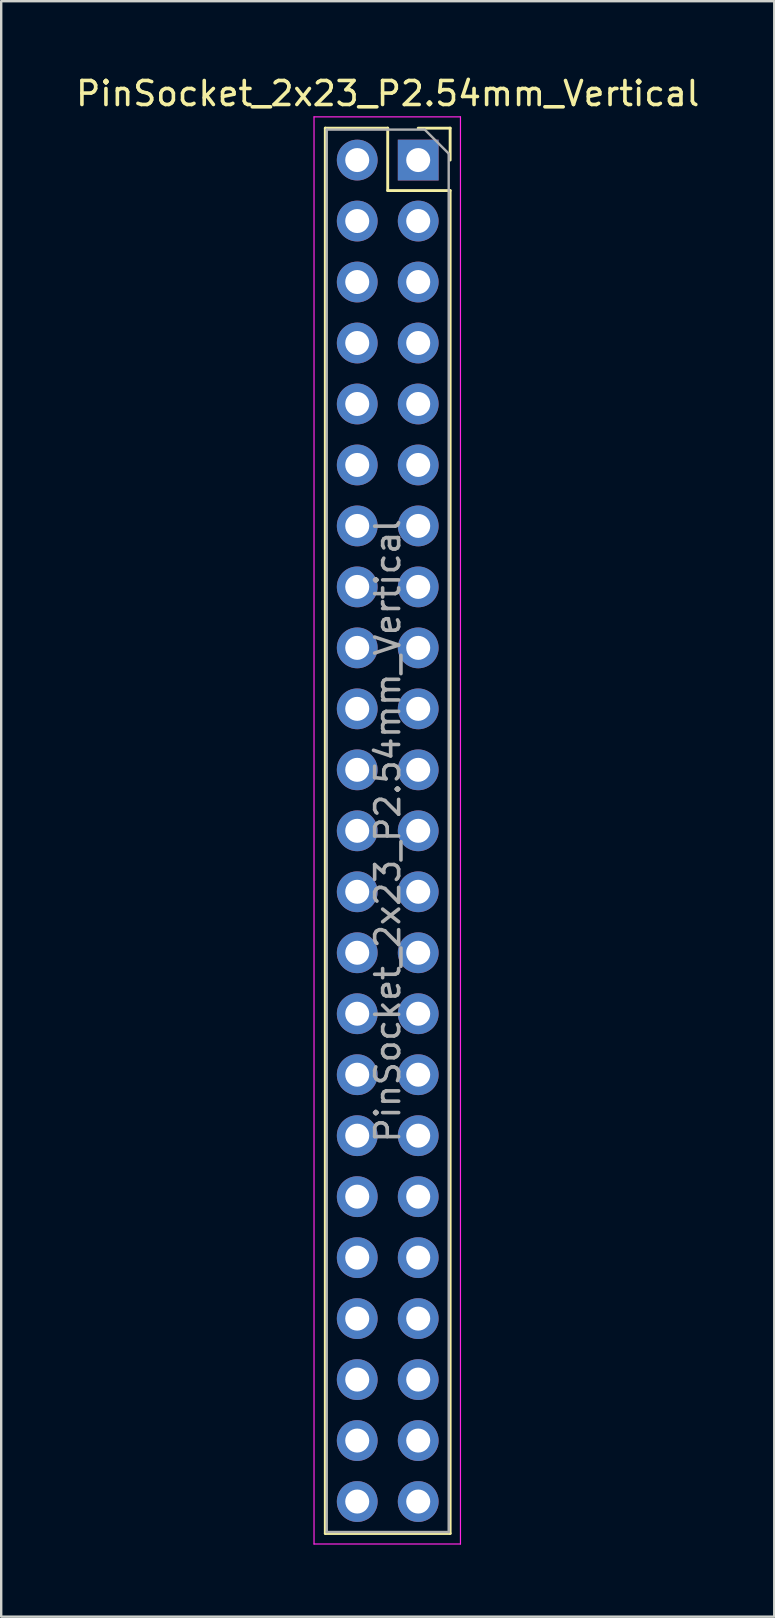
<source format=kicad_pcb>
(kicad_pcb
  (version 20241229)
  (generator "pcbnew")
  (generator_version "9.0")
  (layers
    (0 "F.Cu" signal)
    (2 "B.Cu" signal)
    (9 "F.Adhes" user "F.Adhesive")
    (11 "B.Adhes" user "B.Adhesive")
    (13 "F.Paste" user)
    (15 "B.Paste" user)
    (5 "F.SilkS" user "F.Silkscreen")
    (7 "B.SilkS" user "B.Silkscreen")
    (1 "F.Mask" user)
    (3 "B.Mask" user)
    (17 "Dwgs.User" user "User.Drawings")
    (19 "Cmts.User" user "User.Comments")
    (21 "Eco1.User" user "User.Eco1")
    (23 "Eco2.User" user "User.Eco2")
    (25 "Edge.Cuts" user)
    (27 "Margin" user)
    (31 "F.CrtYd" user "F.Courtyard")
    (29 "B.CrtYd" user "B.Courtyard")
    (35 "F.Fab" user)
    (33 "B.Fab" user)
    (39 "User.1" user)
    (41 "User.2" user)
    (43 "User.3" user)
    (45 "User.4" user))
  (footprint "PinSocket_2x23_P2.54mm_Vertical"
    (layer "F.Cu")
    (at 14.371 3.618)
    (property "Reference" "PinSocket_2x23_P2.54mm_Vertical" (at -1.27 -2.77 0) (layer "F.SilkS") (effects (font (size 1 1) (thickness 0.15))))
    (attr through_hole)
    (fp_line (start -3.87 -1.33) (end -3.87 57.21) (stroke (width 0.12) (type solid)) (layer "F.SilkS"))
    (fp_line (start -3.87 -1.33) (end -1.27 -1.33) (stroke (width 0.12) (type solid)) (layer "F.SilkS"))
    (fp_line (start -3.87 57.21) (end 1.33 57.21) (stroke (width 0.12) (type solid)) (layer "F.SilkS"))
    (fp_line (start -1.27 -1.33) (end -1.27 1.27) (stroke (width 0.12) (type solid)) (layer "F.SilkS"))
    (fp_line (start -1.27 1.27) (end 1.33 1.27) (stroke (width 0.12) (type solid)) (layer "F.SilkS"))
    (fp_line (start 0 -1.33) (end 1.33 -1.33) (stroke (width 0.12) (type solid)) (layer "F.SilkS"))
    (fp_line (start 1.33 -1.33) (end 1.33 0) (stroke (width 0.12) (type solid)) (layer "F.SilkS"))
    (fp_line (start 1.33 1.27) (end 1.33 57.21) (stroke (width 0.12) (type solid)) (layer "F.SilkS"))
    (fp_line (start -4.34 -1.8) (end 1.76 -1.8) (stroke (width 0.05) (type solid)) (layer "F.CrtYd"))
    (fp_line (start -4.34 57.65) (end -4.34 -1.8) (stroke (width 0.05) (type solid)) (layer "F.CrtYd"))
    (fp_line (start 1.76 -1.8) (end 1.76 57.65) (stroke (width 0.05) (type solid)) (layer "F.CrtYd"))
    (fp_line (start 1.76 57.65) (end -4.34 57.65) (stroke (width 0.05) (type solid)) (layer "F.CrtYd"))
    (fp_line (start -3.81 -1.27) (end 0.27 -1.27) (stroke (width 0.1) (type solid)) (layer "F.Fab"))
    (fp_line (start -3.81 57.15) (end -3.81 -1.27) (stroke (width 0.1) (type solid)) (layer "F.Fab"))
    (fp_line (start 0.27 -1.27) (end 1.27 -0.27) (stroke (width 0.1) (type solid)) (layer "F.Fab"))
    (fp_line (start 1.27 -0.27) (end 1.27 57.15) (stroke (width 0.1) (type solid)) (layer "F.Fab"))
    (fp_line (start 1.27 57.15) (end -3.81 57.15) (stroke (width 0.1) (type solid)) (layer "F.Fab"))
    (fp_text user "${REFERENCE}" (at -1.27 27.94 90) (layer "F.Fab") (effects (font (size 1 1) (thickness 0.15))))
    (pad "1" thru_hole rect (at 0 0) (size 1.7 1.7) (drill 1) (layers "*.Cu" "*.Mask"))
    (pad "2" thru_hole circle (at -2.54 0) (size 1.7 1.7) (drill 1) (layers "*.Cu" "*.Mask"))
    (pad "3" thru_hole circle (at 0 2.54) (size 1.7 1.7) (drill 1) (layers "*.Cu" "*.Mask"))
    (pad "4" thru_hole circle (at -2.54 2.54) (size 1.7 1.7) (drill 1) (layers "*.Cu" "*.Mask"))
    (pad "5" thru_hole circle (at 0 5.08) (size 1.7 1.7) (drill 1) (layers "*.Cu" "*.Mask"))
    (pad "6" thru_hole circle (at -2.54 5.08) (size 1.7 1.7) (drill 1) (layers "*.Cu" "*.Mask"))
    (pad "7" thru_hole circle (at 0 7.62) (size 1.7 1.7) (drill 1) (layers "*.Cu" "*.Mask"))
    (pad "8" thru_hole circle (at -2.54 7.62) (size 1.7 1.7) (drill 1) (layers "*.Cu" "*.Mask"))
    (pad "9" thru_hole circle (at 0 10.16) (size 1.7 1.7) (drill 1) (layers "*.Cu" "*.Mask"))
    (pad "10" thru_hole circle (at -2.54 10.16) (size 1.7 1.7) (drill 1) (layers "*.Cu" "*.Mask"))
    (pad "11" thru_hole circle (at 0 12.7) (size 1.7 1.7) (drill 1) (layers "*.Cu" "*.Mask"))
    (pad "12" thru_hole circle (at -2.54 12.7) (size 1.7 1.7) (drill 1) (layers "*.Cu" "*.Mask"))
    (pad "13" thru_hole circle (at 0 15.24) (size 1.7 1.7) (drill 1) (layers "*.Cu" "*.Mask"))
    (pad "14" thru_hole circle (at -2.54 15.24) (size 1.7 1.7) (drill 1) (layers "*.Cu" "*.Mask"))
    (pad "15" thru_hole circle (at 0 17.78) (size 1.7 1.7) (drill 1) (layers "*.Cu" "*.Mask"))
    (pad "16" thru_hole circle (at -2.54 17.78) (size 1.7 1.7) (drill 1) (layers "*.Cu" "*.Mask"))
    (pad "17" thru_hole circle (at 0 20.32) (size 1.7 1.7) (drill 1) (layers "*.Cu" "*.Mask"))
    (pad "18" thru_hole circle (at -2.54 20.32) (size 1.7 1.7) (drill 1) (layers "*.Cu" "*.Mask"))
    (pad "19" thru_hole circle (at 0 22.86) (size 1.7 1.7) (drill 1) (layers "*.Cu" "*.Mask"))
    (pad "20" thru_hole circle (at -2.54 22.86) (size 1.7 1.7) (drill 1) (layers "*.Cu" "*.Mask"))
    (pad "21" thru_hole circle (at 0 25.4) (size 1.7 1.7) (drill 1) (layers "*.Cu" "*.Mask"))
    (pad "22" thru_hole circle (at -2.54 25.4) (size 1.7 1.7) (drill 1) (layers "*.Cu" "*.Mask"))
    (pad "23" thru_hole circle (at 0 27.94) (size 1.7 1.7) (drill 1) (layers "*.Cu" "*.Mask"))
    (pad "24" thru_hole circle (at -2.54 27.94) (size 1.7 1.7) (drill 1) (layers "*.Cu" "*.Mask"))
    (pad "25" thru_hole circle (at 0 30.48) (size 1.7 1.7) (drill 1) (layers "*.Cu" "*.Mask"))
    (pad "26" thru_hole circle (at -2.54 30.48) (size 1.7 1.7) (drill 1) (layers "*.Cu" "*.Mask"))
    (pad "27" thru_hole circle (at 0 33.02) (size 1.7 1.7) (drill 1) (layers "*.Cu" "*.Mask"))
    (pad "28" thru_hole circle (at -2.54 33.02) (size 1.7 1.7) (drill 1) (layers "*.Cu" "*.Mask"))
    (pad "29" thru_hole circle (at 0 35.56) (size 1.7 1.7) (drill 1) (layers "*.Cu" "*.Mask"))
    (pad "30" thru_hole circle (at -2.54 35.56) (size 1.7 1.7) (drill 1) (layers "*.Cu" "*.Mask"))
    (pad "31" thru_hole circle (at 0 38.1) (size 1.7 1.7) (drill 1) (layers "*.Cu" "*.Mask"))
    (pad "32" thru_hole circle (at -2.54 38.1) (size 1.7 1.7) (drill 1) (layers "*.Cu" "*.Mask"))
    (pad "33" thru_hole circle (at 0 40.64) (size 1.7 1.7) (drill 1) (layers "*.Cu" "*.Mask"))
    (pad "34" thru_hole circle (at -2.54 40.64) (size 1.7 1.7) (drill 1) (layers "*.Cu" "*.Mask"))
    (pad "35" thru_hole circle (at 0 43.18) (size 1.7 1.7) (drill 1) (layers "*.Cu" "*.Mask"))
    (pad "36" thru_hole circle (at -2.54 43.18) (size 1.7 1.7) (drill 1) (layers "*.Cu" "*.Mask"))
    (pad "37" thru_hole circle (at 0 45.72) (size 1.7 1.7) (drill 1) (layers "*.Cu" "*.Mask"))
    (pad "38" thru_hole circle (at -2.54 45.72) (size 1.7 1.7) (drill 1) (layers "*.Cu" "*.Mask"))
    (pad "39" thru_hole circle (at 0 48.26) (size 1.7 1.7) (drill 1) (layers "*.Cu" "*.Mask"))
    (pad "40" thru_hole circle (at -2.54 48.26) (size 1.7 1.7) (drill 1) (layers "*.Cu" "*.Mask"))
    (pad "41" thru_hole circle (at 0 50.8) (size 1.7 1.7) (drill 1) (layers "*.Cu" "*.Mask"))
    (pad "42" thru_hole circle (at -2.54 50.8) (size 1.7 1.7) (drill 1) (layers "*.Cu" "*.Mask"))
    (pad "43" thru_hole circle (at 0 53.34) (size 1.7 1.7) (drill 1) (layers "*.Cu" "*.Mask"))
    (pad "44" thru_hole circle (at -2.54 53.34) (size 1.7 1.7) (drill 1) (layers "*.Cu" "*.Mask"))
    (pad "45" thru_hole circle (at 0 55.88) (size 1.7 1.7) (drill 1) (layers "*.Cu" "*.Mask"))
    (pad "46" thru_hole circle (at -2.54 55.88) (size 1.7 1.7) (drill 1) (layers "*.Cu" "*.Mask")))
  (gr_rect
    (start -3 -3)
    (end 29.202 64.293)
    (stroke (width 0.1) (type default))
    (fill no)
    (layer "Edge.Cuts")))
</source>
